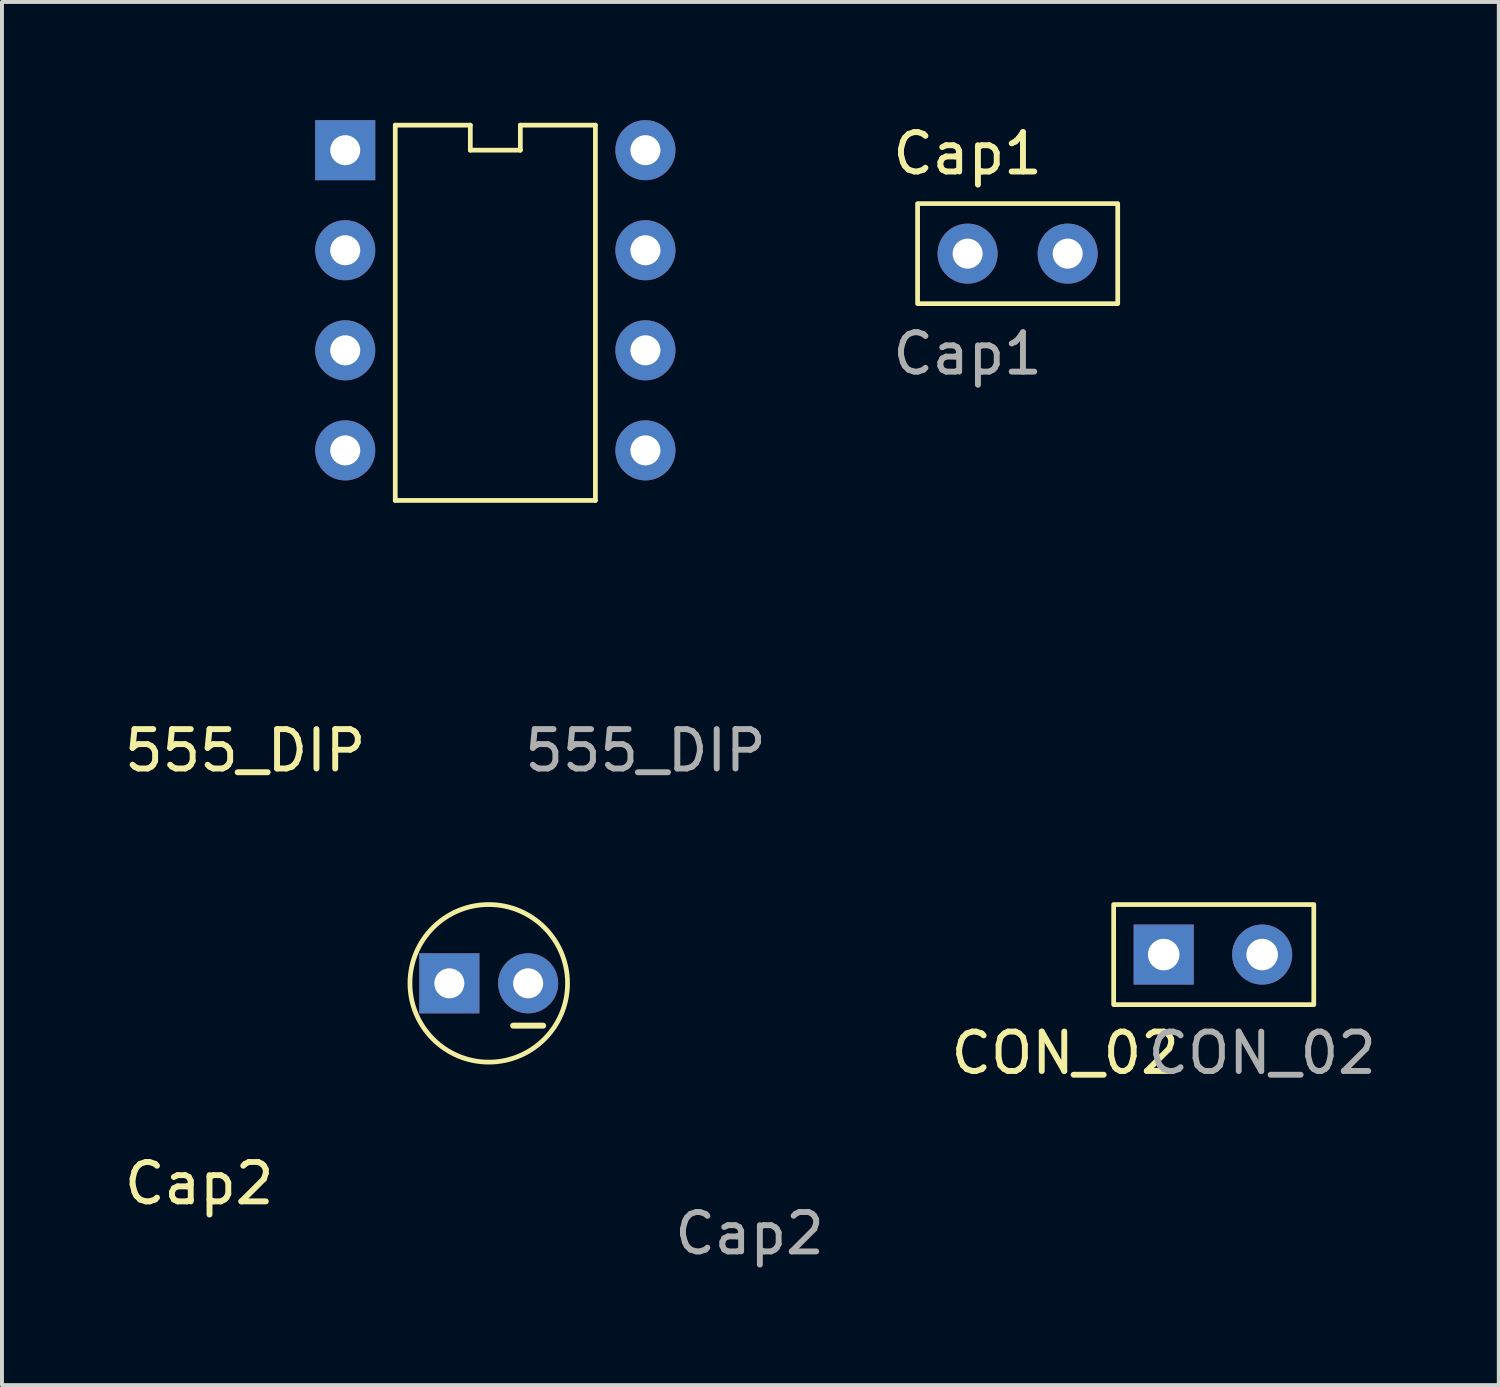
<source format=kicad_pcb>
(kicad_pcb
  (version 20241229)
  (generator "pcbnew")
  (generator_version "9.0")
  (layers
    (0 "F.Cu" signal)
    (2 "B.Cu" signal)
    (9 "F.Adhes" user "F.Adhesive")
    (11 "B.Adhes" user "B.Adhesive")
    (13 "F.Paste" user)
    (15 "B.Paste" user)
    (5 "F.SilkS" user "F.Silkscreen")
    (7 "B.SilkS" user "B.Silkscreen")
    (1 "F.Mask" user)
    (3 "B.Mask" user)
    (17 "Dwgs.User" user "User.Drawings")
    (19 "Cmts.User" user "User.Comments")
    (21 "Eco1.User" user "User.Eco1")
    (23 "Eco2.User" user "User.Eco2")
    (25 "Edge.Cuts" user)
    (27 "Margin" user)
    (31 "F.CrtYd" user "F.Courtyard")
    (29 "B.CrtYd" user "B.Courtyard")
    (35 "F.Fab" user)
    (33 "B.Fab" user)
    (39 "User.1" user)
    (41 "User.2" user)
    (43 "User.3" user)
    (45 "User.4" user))
  (footprint "CON_02"
    (layer "F.Cu")
    (at 26.488 21.18)
    (property "Reference" "CON_02" (at -2.5 2.5 0) (unlocked yes) (layer "F.SilkS") (effects (font (size 1 1) (thickness 0.15))))
    (attr through_hole)
    (fp_rect (start -1.27 -1.27) (end 3.81 1.27) (stroke (width 0.12) (type solid)) (fill no) (layer "F.SilkS"))
    (fp_text user "${REFERENCE}" (at 2.5 2.5 0) (unlocked yes) (layer "F.Fab") (effects (font (size 1 1) (thickness 0.15))))
    (pad "1" thru_hole rect (at 0 0) (size 1.524 1.524) (drill 0.8) (layers "*.Cu" "*.Mask"))
    (pad "2" thru_hole circle (at 2.5 0) (size 1.524 1.524) (drill 0.8) (layers "*.Cu" "*.Mask")))
  (footprint "Cap2"
    (layer "F.Cu")
    (at 8.356 21.91)
    (property "Reference" "Cap2" (at -6.35 5.08 0) (unlocked yes) (layer "F.SilkS") (effects (font (size 1 1) (thickness 0.15))))
    (attr through_hole)
    (fp_circle (center 1 0) (end -1 0) (stroke (width 0.12) (type solid)) (fill no) (layer "F.SilkS"))
    (fp_text user "-" (at 2 1 0) (unlocked yes) (layer "F.SilkS") (effects (font (size 1 1) (thickness 0.15))))
    (fp_text user "${REFERENCE}" (at 7.62 6.35 0) (unlocked yes) (layer "F.Fab") (effects (font (size 1 1) (thickness 0.15))))
    (pad "1" thru_hole rect (at 0 0) (size 1.524 1.524) (drill 0.762) (layers "*.Cu" "*.Mask"))
    (pad "2" thru_hole circle (at 2 0) (size 1.524 1.524) (drill 0.762) (layers "*.Cu" "*.Mask")))
  (footprint "555_DIP"
    (layer "F.Cu")
    (at 5.713 8.382)
    (property "Reference" "555_DIP" (at -2.54 7.62 0) (unlocked yes) (layer "F.SilkS") (effects (font (size 1 1) (thickness 0.15))))
    (attr through_hole)
    (fp_line (start 1.27 -8.255) (end 1.27 1.27) (stroke (width 0.12) (type solid)) (layer "F.SilkS"))
    (fp_line (start 1.27 1.27) (end 6.35 1.27) (stroke (width 0.12) (type solid)) (layer "F.SilkS"))
    (fp_line (start 3.175 -8.255) (end 1.27 -8.255) (stroke (width 0.12) (type solid)) (layer "F.SilkS"))
    (fp_line (start 3.175 -7.62) (end 3.175 -8.255) (stroke (width 0.12) (type solid)) (layer "F.SilkS"))
    (fp_line (start 4.445 -8.255) (end 4.445 -7.62) (stroke (width 0.12) (type solid)) (layer "F.SilkS"))
    (fp_line (start 4.445 -7.62) (end 3.175 -7.62) (stroke (width 0.12) (type solid)) (layer "F.SilkS"))
    (fp_line (start 6.35 -8.255) (end 4.445 -8.255) (stroke (width 0.12) (type solid)) (layer "F.SilkS"))
    (fp_line (start 6.35 1.27) (end 6.35 -8.255) (stroke (width 0.12) (type solid)) (layer "F.SilkS"))
    (fp_text user "${REFERENCE}" (at 7.62 7.62 0) (unlocked yes) (layer "F.Fab") (effects (font (size 1 1) (thickness 0.15))))
    (pad "1" thru_hole rect (at 0 -7.62) (size 1.524 1.524) (drill 0.762) (layers "*.Cu" "*.Mask"))
    (pad "2" thru_hole circle (at 0 -5.08) (size 1.524 1.524) (drill 0.762) (layers "*.Cu" "*.Mask"))
    (pad "3" thru_hole circle (at 0 -2.54) (size 1.524 1.524) (drill 0.762) (layers "*.Cu" "*.Mask"))
    (pad "4" thru_hole circle (at 0 0) (size 1.524 1.524) (drill 0.762) (layers "*.Cu" "*.Mask"))
    (pad "5" thru_hole circle (at 7.62 0) (size 1.524 1.524) (drill 0.762) (layers "*.Cu" "*.Mask"))
    (pad "6" thru_hole circle (at 7.62 -2.54) (size 1.524 1.524) (drill 0.762) (layers "*.Cu" "*.Mask"))
    (pad "7" thru_hole circle (at 7.62 -5.08) (size 1.524 1.524) (drill 0.762) (layers "*.Cu" "*.Mask"))
    (pad "8" thru_hole circle (at 7.62 -7.62) (size 1.524 1.524) (drill 0.762) (layers "*.Cu" "*.Mask")))
  (footprint "Cap1"
    (layer "F.Cu")
    (at 21.511 3.388)
    (property "Reference" "Cap1" (at 0 -2.54 0) (unlocked yes) (layer "F.SilkS") (effects (font (size 1 1) (thickness 0.15))))
    (attr through_hole)
    (fp_rect (start -1.27 -1.27) (end 3.81 1.27) (stroke (width 0.12) (type solid)) (fill no) (layer "F.SilkS"))
    (fp_text user "${REFERENCE}" (at 0 2.54 0) (unlocked yes) (layer "F.Fab") (effects (font (size 1 1) (thickness 0.15))))
    (pad "1" thru_hole circle (at 0 0) (size 1.524 1.524) (drill 0.762) (layers "*.Cu" "*.Mask"))
    (pad "2" thru_hole circle (at 2.54 0) (size 1.524 1.524) (drill 0.762) (layers "*.Cu" "*.Mask")))
  (gr_rect
    (start -3 -3)
    (end 34.994 32.108)
    (stroke (width 0.1) (type default))
    (fill no)
    (layer "Edge.Cuts")))
</source>
